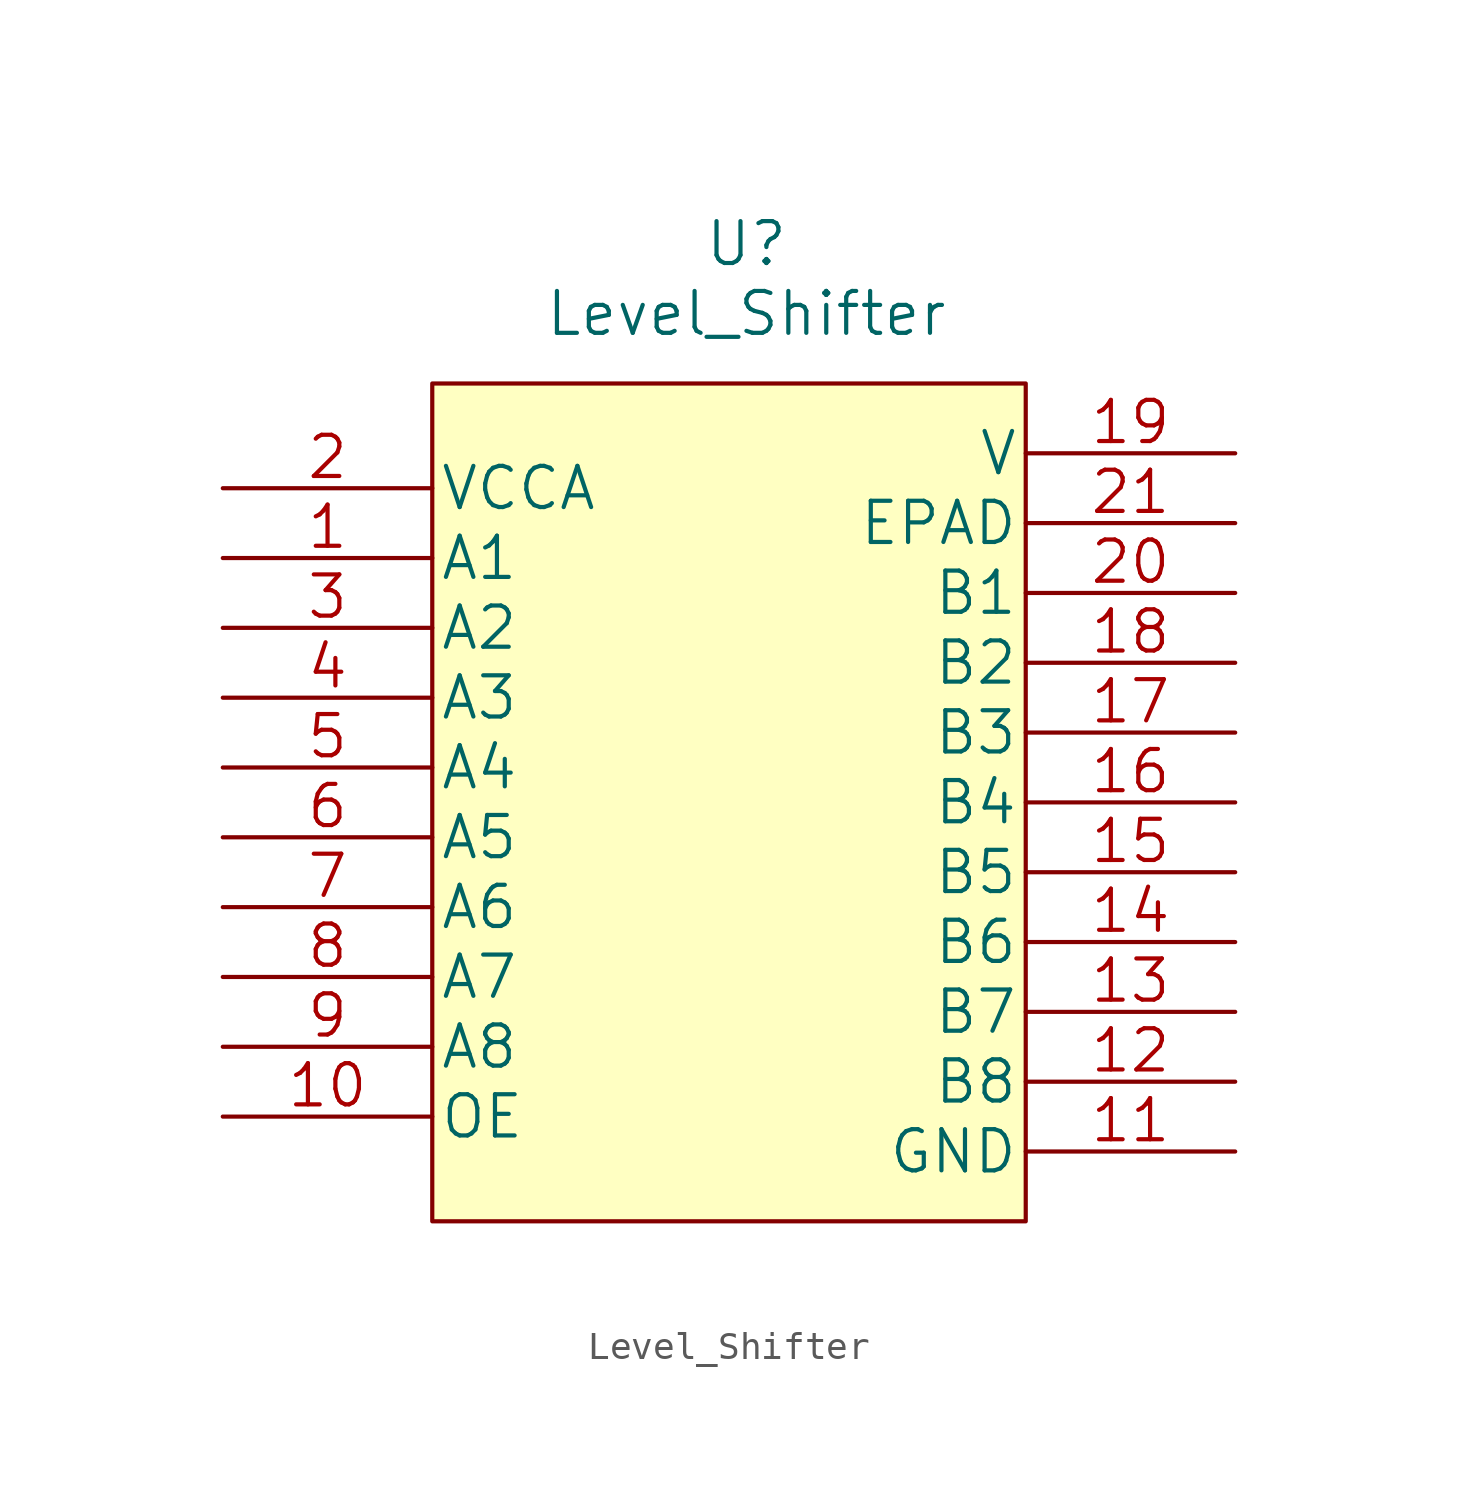
<source format=kicad_sym>
(kicad_symbol_lib
  (version 20211014)
  (generator kicad_symbol_editor)
  (symbol "Level_Shifter"
    (pin_names
      (offset 0.254))
    (property "Reference" "U"
      (at 19.05 8.89 0)
      (effects (font (size 1.524 1.524))))
    (property "Value" "Level_Shifter"
      (at 19.05 6.35 0)
      (effects (font (size 1.524 1.524))))
    (symbol "Level_Shifter_1_1"
      (rectangle (start 7.62 3.81) (end 29.21 -26.67) (stroke (width 0) (type default) (color 0 0 0 0)) (fill (type background)))
      (pin bidirectional line (at 0 -2.54 0) (length 7.62) (name "A1" (effects (font (size 1.499 1.499)))) (number "1" (effects (font (size 1.499 1.499)))))
      (pin output line (at 0 -22.86 0) (length 7.62) (name "OE" (effects (font (size 1.499 1.499)))) (number "10" (effects (font (size 1.499 1.499)))))
      (pin power_in line (at 36.83 -24.13 180) (length 7.62) (name "GND" (effects (font (size 1.499 1.499)))) (number "11" (effects (font (size 1.499 1.499)))))
      (pin bidirectional line (at 36.83 -21.59 180) (length 7.62) (name "B8" (effects (font (size 1.499 1.499)))) (number "12" (effects (font (size 1.499 1.499)))))
      (pin bidirectional line (at 36.83 -19.05 180) (length 7.62) (name "B7" (effects (font (size 1.499 1.499)))) (number "13" (effects (font (size 1.499 1.499)))))
      (pin bidirectional line (at 36.83 -16.51 180) (length 7.62) (name "B6" (effects (font (size 1.499 1.499)))) (number "14" (effects (font (size 1.499 1.499)))))
      (pin bidirectional line (at 36.83 -13.97 180) (length 7.62) (name "B5" (effects (font (size 1.499 1.499)))) (number "15" (effects (font (size 1.499 1.499)))))
      (pin bidirectional line (at 36.83 -11.43 180) (length 7.62) (name "B4" (effects (font (size 1.499 1.499)))) (number "16" (effects (font (size 1.499 1.499)))))
      (pin bidirectional line (at 36.83 -8.89 180) (length 7.62) (name "B3" (effects (font (size 1.499 1.499)))) (number "17" (effects (font (size 1.499 1.499)))))
      (pin bidirectional line (at 36.83 -6.35 180) (length 7.62) (name "B2" (effects (font (size 1.499 1.499)))) (number "18" (effects (font (size 1.499 1.499)))))
      (pin power_in line (at 36.83 1.27 180) (length 7.62) (name "V" (effects (font (size 1.499 1.499)))) (number "19" (effects (font (size 1.499 1.499)))))
      (pin power_in line (at 0 0 0) (length 7.62) (name "VCCA" (effects (font (size 1.499 1.499)))) (number "2" (effects (font (size 1.499 1.499)))))
      (pin bidirectional line (at 36.83 -3.81 180) (length 7.62) (name "B1" (effects (font (size 1.499 1.499)))) (number "20" (effects (font (size 1.499 1.499)))))
      (pin unspecified line (at 36.83 -1.27 180) (length 7.62) (name "EPAD" (effects (font (size 1.499 1.499)))) (number "21" (effects (font (size 1.499 1.499)))))
      (pin bidirectional line (at 0 -5.08 0) (length 7.62) (name "A2" (effects (font (size 1.499 1.499)))) (number "3" (effects (font (size 1.499 1.499)))))
      (pin bidirectional line (at 0 -7.62 0) (length 7.62) (name "A3" (effects (font (size 1.499 1.499)))) (number "4" (effects (font (size 1.499 1.499)))))
      (pin bidirectional line (at 0 -10.16 0) (length 7.62) (name "A4" (effects (font (size 1.499 1.499)))) (number "5" (effects (font (size 1.499 1.499)))))
      (pin bidirectional line (at 0 -12.7 0) (length 7.62) (name "A5" (effects (font (size 1.499 1.499)))) (number "6" (effects (font (size 1.499 1.499)))))
      (pin bidirectional line (at 0 -15.24 0) (length 7.62) (name "A6" (effects (font (size 1.499 1.499)))) (number "7" (effects (font (size 1.499 1.499)))))
      (pin bidirectional line (at 0 -17.78 0) (length 7.62) (name "A7" (effects (font (size 1.499 1.499)))) (number "8" (effects (font (size 1.499 1.499)))))
      (pin bidirectional line (at 0 -20.32 0) (length 7.62) (name "A8" (effects (font (size 1.499 1.499)))) (number "9" (effects (font (size 1.499 1.499))))))))
</source>
